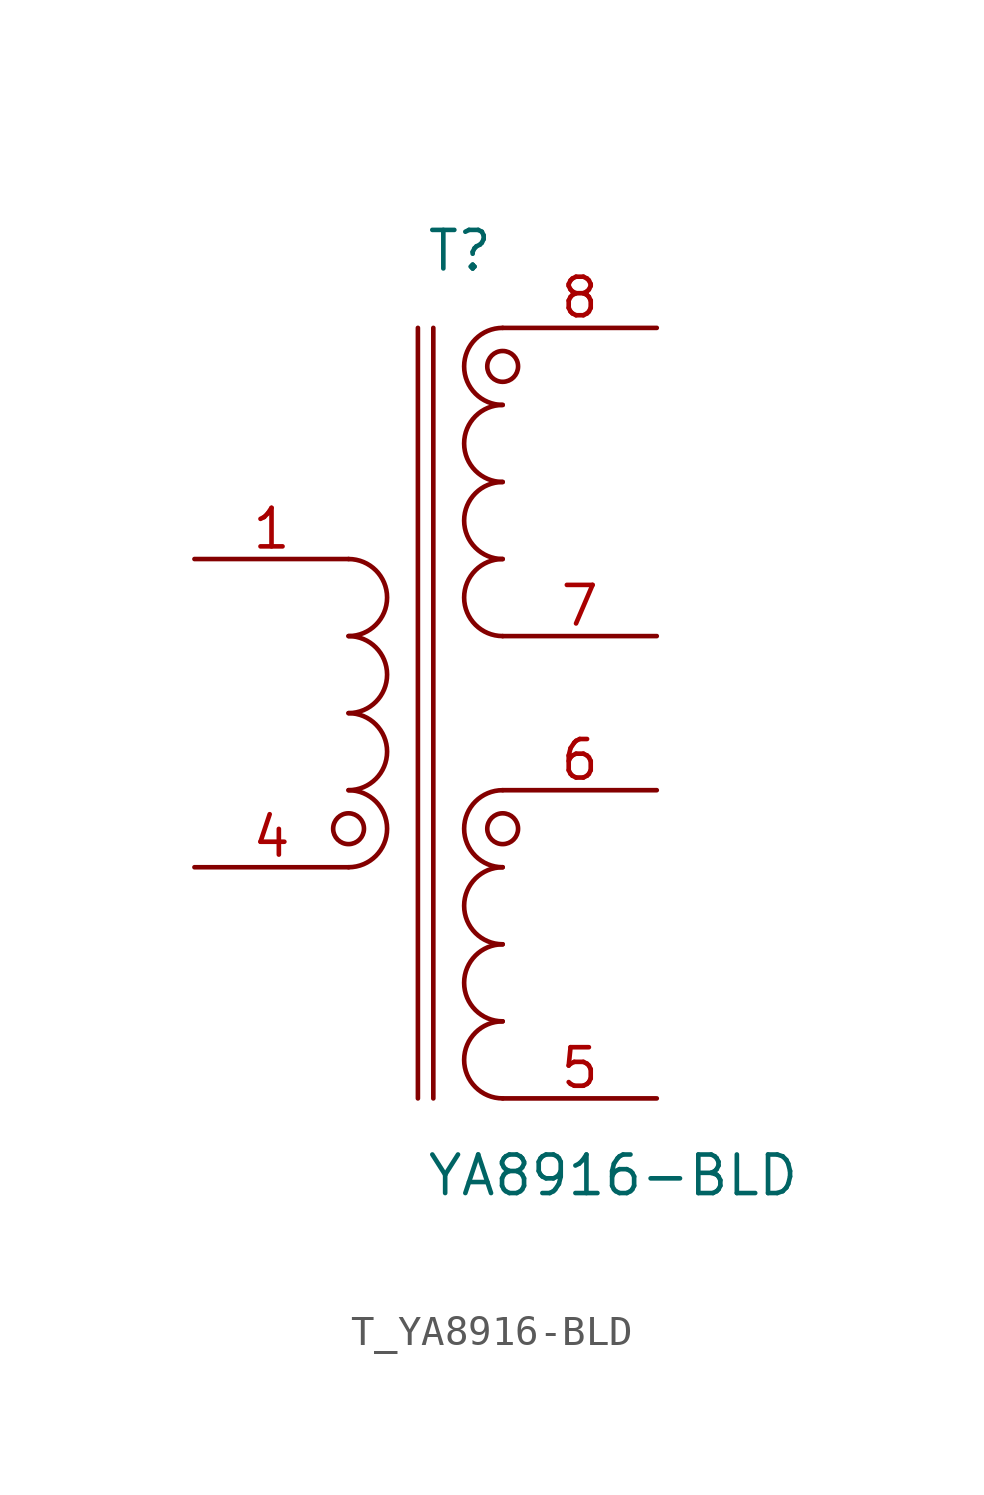
<source format=kicad_sym>
(kicad_symbol_lib
  (version 20231120)
  (generator kicad_symbol_editor)
  (generator_version 8.0)
  (symbol "T_YA8916-BLD"
    (pin_names
      (offset 0.254))
    (property "Reference" "T"
      (at 0 15.24 0)
      (effects (font (size 1.27 1.27)) (justify left)))
    (property "Value" "YA8916-BLD"
      (at 0 -15.24 0)
      (effects (font (size 1.27 1.27)) (justify left)))
    (symbol "T_YA8916-BLD_0_1"
      (arc (start -2.54 -5.08) (mid -1.27 -3.81) (end -2.54 -2.54) (stroke (width 0) (type default)) (fill (type none)))
      (arc (start -2.54 -2.54) (mid -1.27 -1.27) (end -2.54 0.0) (stroke (width 0) (type default)) (fill (type none)))
      (arc (start -2.54 0.0) (mid -1.27 1.27) (end -2.54 2.54) (stroke (width 0) (type default)) (fill (type none)))
      (arc (start -2.54 2.54) (mid -1.27 3.81) (end -2.54 5.08) (stroke (width 0) (type default)) (fill (type none)))
      (arc (start 2.54 2.54) (mid 1.27 3.81) (end 2.54 5.08) (stroke (width 0) (type default)) (fill (type none)))
      (arc (start 2.54 5.08) (mid 1.27 6.35) (end 2.54 7.62) (stroke (width 0) (type default)) (fill (type none)))
      (arc (start 2.54 7.62) (mid 1.27 8.89) (end 2.54 10.16) (stroke (width 0) (type default)) (fill (type none)))
      (arc (start 2.54 10.16) (mid 1.27 11.43) (end 2.54 12.7) (stroke (width 0) (type default)) (fill (type none)))
      (arc (start 2.54 -12.7) (mid 1.27 -11.43) (end 2.54 -10.16) (stroke (width 0) (type default)) (fill (type none)))
      (arc (start 2.54 -10.16) (mid 1.27 -8.89) (end 2.54 -7.62) (stroke (width 0) (type default)) (fill (type none)))
      (arc (start 2.54 -7.619999999999999) (mid 1.27 -6.35) (end 2.54 -5.079999999999999) (stroke (width 0) (type default)) (fill (type none)))
      (arc (start 2.54 -5.079999999999999) (mid 1.27 -3.809999999999999) (end 2.54 -2.539999999999999) (stroke (width 0) (type default)) (fill (type none)))
      (circle (center -2.54 -3.81) (radius 0.508) (stroke (width 0) (type default)) (fill (type none)))
      (circle (center 2.54 -3.81) (radius 0.508) (stroke (width 0) (type default)) (fill (type none)))
      (circle (center 2.54 11.43) (radius 0.508) (stroke (width 0) (type default)) (fill (type none)))
      (polyline (pts (xy -0.254 12.7) (xy -0.254 -12.7)) (stroke (width 0) (type default)) (fill (type none)))
      (polyline (pts (xy 0.254 12.7) (xy 0.254 -12.7)) (stroke (width 0) (type default)) (fill (type none)))
      (pin passive line (at -7.62 5.08 0) (length 5.08) (name "" (effects (font (size 1.27 1.27)))) (number "1" (effects (font (size 1.27 1.27)))))
      (pin no_connect line (at -7.62 2.54 0) (length 2.54) (name "" (effects (font (size 1.27 1.27)))) (number "2" (effects (font (size 1.27 1.27)))) hide)
      (pin no_connect line (at -7.62 -2.54 0) (length 2.54) (name "" (effects (font (size 1.27 1.27)))) (number "3" (effects (font (size 1.27 1.27)))) hide)
      (pin passive line (at -7.62 -5.08 0) (length 5.08) (name "" (effects (font (size 1.27 1.27)))) (number "4" (effects (font (size 1.27 1.27)))))
      (pin passive line (at 7.62 12.7 180) (length 5.08) (name "" (effects (font (size 1.27 1.27)))) (number "8" (effects (font (size 1.27 1.27)))))
      (pin passive line (at 7.62 2.54 180) (length 5.08) (name "" (effects (font (size 1.27 1.27)))) (number "7" (effects (font (size 1.27 1.27)))))
      (pin passive line (at 7.62 -2.54 180) (length 5.08) (name "" (effects (font (size 1.27 1.27)))) (number "6" (effects (font (size 1.27 1.27)))))
      (pin passive line (at 7.62 -12.7 180) (length 5.08) (name "" (effects (font (size 1.27 1.27)))) (number "5" (effects (font (size 1.27 1.27))))))))
</source>
